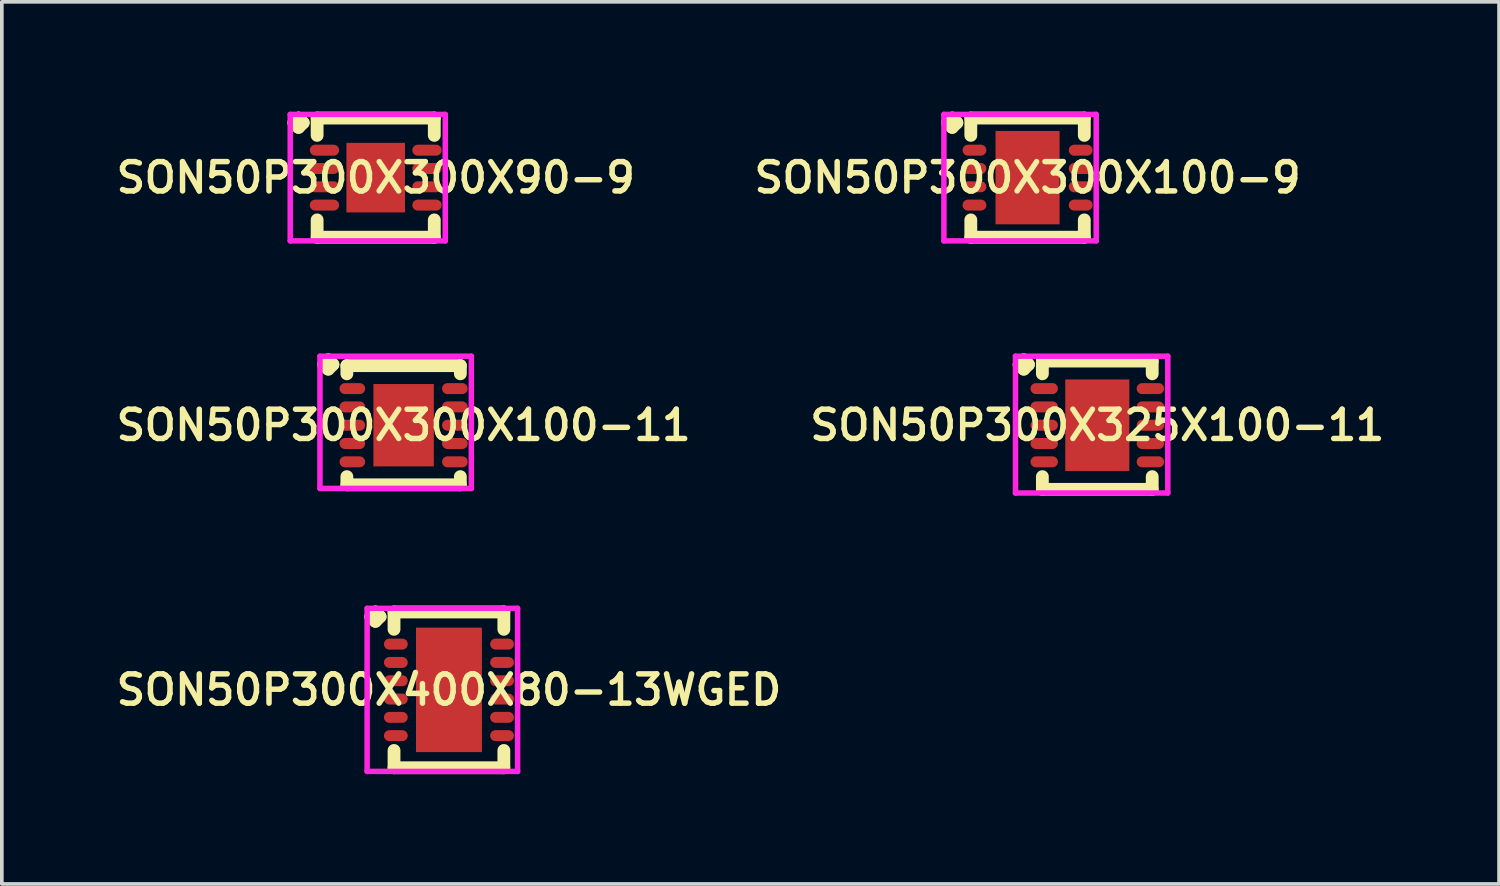
<source format=kicad_pcb>
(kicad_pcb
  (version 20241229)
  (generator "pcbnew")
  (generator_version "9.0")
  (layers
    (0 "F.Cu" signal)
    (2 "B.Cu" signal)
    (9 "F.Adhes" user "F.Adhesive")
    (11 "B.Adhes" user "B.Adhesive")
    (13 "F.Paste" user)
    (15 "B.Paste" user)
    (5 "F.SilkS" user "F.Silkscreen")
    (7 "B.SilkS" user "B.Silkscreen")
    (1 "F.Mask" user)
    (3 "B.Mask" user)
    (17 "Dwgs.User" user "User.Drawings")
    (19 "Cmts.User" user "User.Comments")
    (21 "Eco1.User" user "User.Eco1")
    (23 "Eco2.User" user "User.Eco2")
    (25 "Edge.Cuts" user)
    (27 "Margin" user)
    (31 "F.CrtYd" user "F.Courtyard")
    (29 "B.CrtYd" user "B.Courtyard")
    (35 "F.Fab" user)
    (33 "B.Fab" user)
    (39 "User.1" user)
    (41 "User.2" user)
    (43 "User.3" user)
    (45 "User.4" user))
  (footprint "SON50P300X300X90-9"
    (layer "F.Cu")
    (at 7.212 1.802)
    (property "Reference" "SON50P300X300X90-9" (at 0 0 0) (layer "F.SilkS") (effects (font (size 0.8 0.8) (thickness 0.15))))
    (attr smd)
    (fp_line (start -2.235 -1.5) (end -2.108 -1.627) (stroke (width 0.35) (type solid)) (layer "F.SilkS"))
    (fp_line (start -2.108 -1.627) (end -1.981 -1.5) (stroke (width 0.35) (type solid)) (layer "F.SilkS"))
    (fp_line (start -2.108 -1.373) (end -2.235 -1.5) (stroke (width 0.35) (type solid)) (layer "F.SilkS"))
    (fp_line (start -1.981 -1.5) (end -2.108 -1.373) (stroke (width 0.35) (type solid)) (layer "F.SilkS"))
    (fp_line (start -1.6 -1.627) (end 1.6 -1.627) (stroke (width 0.35) (type solid)) (layer "F.SilkS"))
    (fp_line (start -1.6 -1.154) (end -1.6 -1.627) (stroke (width 0.35) (type solid)) (layer "F.SilkS"))
    (fp_line (start -1.6 1.154) (end -1.6 1.627) (stroke (width 0.35) (type solid)) (layer "F.SilkS"))
    (fp_line (start -1.6 1.627) (end 1.6 1.627) (stroke (width 0.35) (type solid)) (layer "F.SilkS"))
    (fp_line (start 1.6 -1.627) (end 1.6 -1.154) (stroke (width 0.35) (type solid)) (layer "F.SilkS"))
    (fp_line (start 1.6 1.627) (end 1.6 1.154) (stroke (width 0.35) (type solid)) (layer "F.SilkS"))
    (fp_line (start -2.335 -1.727) (end 1.9 -1.727) (stroke (width 0.15) (type solid)) (layer "F.CrtYd"))
    (fp_line (start -2.335 1.727) (end -2.335 -1.727) (stroke (width 0.15) (type solid)) (layer "F.CrtYd"))
    (fp_line (start 1.9 -1.727) (end 1.9 1.727) (stroke (width 0.15) (type solid)) (layer "F.CrtYd"))
    (fp_line (start 1.9 1.727) (end -2.335 1.727) (stroke (width 0.15) (type solid)) (layer "F.CrtYd"))
    (pad "1" smd oval (at -1.4 -0.75) (size 0.8 0.3) (layers "F.Cu" "F.Mask" "F.Paste"))
    (pad "2" smd oval (at -1.4 -0.25) (size 0.8 0.3) (layers "F.Cu" "F.Mask" "F.Paste"))
    (pad "3" smd oval (at -1.4 0.25) (size 0.8 0.3) (layers "F.Cu" "F.Mask" "F.Paste"))
    (pad "4" smd oval (at -1.4 0.75) (size 0.8 0.3) (layers "F.Cu" "F.Mask" "F.Paste"))
    (pad "5" smd oval (at 1.4 0.75) (size 0.8 0.3) (layers "F.Cu" "F.Mask" "F.Paste"))
    (pad "6" smd oval (at 1.4 0.25) (size 0.8 0.3) (layers "F.Cu" "F.Mask" "F.Paste"))
    (pad "7" smd oval (at 1.4 -0.25) (size 0.8 0.3) (layers "F.Cu" "F.Mask" "F.Paste"))
    (pad "8" smd oval (at 1.4 -0.75) (size 0.8 0.3) (layers "F.Cu" "F.Mask" "F.Paste"))
    (pad "9" smd rect (at 0 0) (size 1.6 1.9) (layers "F.Cu" "F.Mask" "F.Paste")))
  (footprint "SON50P300X300X100-9"
    (layer "F.Cu")
    (at 25.016 1.802)
    (property "Reference" "SON50P300X300X100-9" (at 0 0 0) (layer "F.SilkS") (effects (font (size 0.8 0.8) (thickness 0.15))))
    (attr smd)
    (fp_line (start -2.185 -1.5) (end -2.058 -1.627) (stroke (width 0.35) (type solid)) (layer "F.SilkS"))
    (fp_line (start -2.058 -1.627) (end -1.931 -1.5) (stroke (width 0.35) (type solid)) (layer "F.SilkS"))
    (fp_line (start -2.058 -1.373) (end -2.185 -1.5) (stroke (width 0.35) (type solid)) (layer "F.SilkS"))
    (fp_line (start -1.931 -1.5) (end -2.058 -1.373) (stroke (width 0.35) (type solid)) (layer "F.SilkS"))
    (fp_line (start -1.55 -1.627) (end 1.55 -1.627) (stroke (width 0.35) (type solid)) (layer "F.SilkS"))
    (fp_line (start -1.55 -1.154) (end -1.55 -1.627) (stroke (width 0.35) (type solid)) (layer "F.SilkS"))
    (fp_line (start -1.55 1.154) (end -1.55 1.627) (stroke (width 0.35) (type solid)) (layer "F.SilkS"))
    (fp_line (start -1.55 1.627) (end 1.55 1.627) (stroke (width 0.35) (type solid)) (layer "F.SilkS"))
    (fp_line (start 1.55 -1.627) (end 1.55 -1.154) (stroke (width 0.35) (type solid)) (layer "F.SilkS"))
    (fp_line (start 1.55 1.627) (end 1.55 1.154) (stroke (width 0.35) (type solid)) (layer "F.SilkS"))
    (fp_line (start -2.285 -1.727) (end 1.875 -1.727) (stroke (width 0.15) (type solid)) (layer "F.CrtYd"))
    (fp_line (start -2.285 1.727) (end -2.285 -1.727) (stroke (width 0.15) (type solid)) (layer "F.CrtYd"))
    (fp_line (start 1.875 -1.727) (end 1.875 1.727) (stroke (width 0.15) (type solid)) (layer "F.CrtYd"))
    (fp_line (start 1.875 1.727) (end -2.285 1.727) (stroke (width 0.15) (type solid)) (layer "F.CrtYd"))
    (pad "1" smd oval (at -1.45 -0.75) (size 0.65 0.3) (layers "F.Cu" "F.Mask" "F.Paste"))
    (pad "2" smd oval (at -1.45 -0.25) (size 0.65 0.3) (layers "F.Cu" "F.Mask" "F.Paste"))
    (pad "3" smd oval (at -1.45 0.25) (size 0.65 0.3) (layers "F.Cu" "F.Mask" "F.Paste"))
    (pad "4" smd oval (at -1.45 0.75) (size 0.65 0.3) (layers "F.Cu" "F.Mask" "F.Paste"))
    (pad "5" smd oval (at 1.45 0.75) (size 0.65 0.3) (layers "F.Cu" "F.Mask" "F.Paste"))
    (pad "6" smd oval (at 1.45 0.25) (size 0.65 0.3) (layers "F.Cu" "F.Mask" "F.Paste"))
    (pad "7" smd oval (at 1.45 -0.25) (size 0.65 0.3) (layers "F.Cu" "F.Mask" "F.Paste"))
    (pad "8" smd oval (at 1.45 -0.75) (size 0.65 0.3) (layers "F.Cu" "F.Mask" "F.Paste"))
    (pad "9" smd rect (at 0 0) (size 1.75 2.55) (layers "F.Cu" "F.Mask" "F.Paste")))
  (footprint "SON50P300X300X100-11"
    (layer "F.Cu")
    (at 7.974 8.564)
    (property "Reference" "SON50P300X300X100-11" (at 0 0 0) (layer "F.SilkS") (effects (font (size 0.8 0.8) (thickness 0.15))))
    (attr smd)
    (fp_line (start -2.185 -1.658) (end -2.058 -1.785) (stroke (width 0.35) (type solid)) (layer "F.SilkS"))
    (fp_line (start -2.058 -1.785) (end -1.931 -1.658) (stroke (width 0.35) (type solid)) (layer "F.SilkS"))
    (fp_line (start -2.058 -1.531) (end -2.185 -1.658) (stroke (width 0.35) (type solid)) (layer "F.SilkS"))
    (fp_line (start -1.931 -1.658) (end -2.058 -1.531) (stroke (width 0.35) (type solid)) (layer "F.SilkS"))
    (fp_line (start -1.55 -1.627) (end 1.55 -1.627) (stroke (width 0.35) (type solid)) (layer "F.SilkS"))
    (fp_line (start -1.55 -1.404) (end -1.55 -1.627) (stroke (width 0.35) (type solid)) (layer "F.SilkS"))
    (fp_line (start -1.55 1.404) (end -1.55 1.627) (stroke (width 0.35) (type solid)) (layer "F.SilkS"))
    (fp_line (start -1.55 1.627) (end 1.55 1.627) (stroke (width 0.35) (type solid)) (layer "F.SilkS"))
    (fp_line (start 1.55 -1.627) (end 1.55 -1.404) (stroke (width 0.35) (type solid)) (layer "F.SilkS"))
    (fp_line (start 1.55 1.627) (end 1.55 1.404) (stroke (width 0.35) (type solid)) (layer "F.SilkS"))
    (fp_line (start -2.285 -1.885) (end 1.85 -1.885) (stroke (width 0.15) (type solid)) (layer "F.CrtYd"))
    (fp_line (start -2.285 1.727) (end -2.285 -1.885) (stroke (width 0.15) (type solid)) (layer "F.CrtYd"))
    (fp_line (start 1.85 -1.885) (end 1.85 1.727) (stroke (width 0.15) (type solid)) (layer "F.CrtYd"))
    (fp_line (start 1.85 1.727) (end -2.285 1.727) (stroke (width 0.15) (type solid)) (layer "F.CrtYd"))
    (pad "1" smd oval (at -1.4 -1) (size 0.7 0.3) (layers "F.Cu" "F.Mask" "F.Paste"))
    (pad "2" smd oval (at -1.4 -0.5) (size 0.7 0.3) (layers "F.Cu" "F.Mask" "F.Paste"))
    (pad "3" smd oval (at -1.4 0) (size 0.7 0.3) (layers "F.Cu" "F.Mask" "F.Paste"))
    (pad "4" smd oval (at -1.4 0.5) (size 0.7 0.3) (layers "F.Cu" "F.Mask" "F.Paste"))
    (pad "5" smd oval (at -1.4 1) (size 0.7 0.3) (layers "F.Cu" "F.Mask" "F.Paste"))
    (pad "6" smd oval (at 1.4 1) (size 0.7 0.3) (layers "F.Cu" "F.Mask" "F.Paste"))
    (pad "7" smd oval (at 1.4 0.5) (size 0.7 0.3) (layers "F.Cu" "F.Mask" "F.Paste"))
    (pad "8" smd oval (at 1.4 0) (size 0.7 0.3) (layers "F.Cu" "F.Mask" "F.Paste"))
    (pad "9" smd oval (at 1.4 -0.5) (size 0.7 0.3) (layers "F.Cu" "F.Mask" "F.Paste"))
    (pad "10" smd oval (at 1.4 -1) (size 0.7 0.3) (layers "F.Cu" "F.Mask" "F.Paste"))
    (pad "11" smd rect (at 0 0) (size 1.65 2.25) (layers "F.Cu" "F.Mask" "F.Paste")))
  (footprint "SON50P300X400X80-13WGED"
    (layer "F.Cu")
    (at 9.212 15.793)
    (property "Reference" "SON50P300X400X80-13WGED" (at 0 0 0) (layer "F.SilkS") (effects (font (size 0.8 0.8) (thickness 0.15))))
    (attr smd)
    (fp_line (start -2.135 -2) (end -2.008 -2.127) (stroke (width 0.35) (type solid)) (layer "F.SilkS"))
    (fp_line (start -2.008 -2.127) (end -1.881 -2) (stroke (width 0.35) (type solid)) (layer "F.SilkS"))
    (fp_line (start -2.008 -1.873) (end -2.135 -2) (stroke (width 0.35) (type solid)) (layer "F.SilkS"))
    (fp_line (start -1.881 -2) (end -2.008 -1.873) (stroke (width 0.35) (type solid)) (layer "F.SilkS"))
    (fp_line (start -1.5 -2.127) (end 1.5 -2.127) (stroke (width 0.35) (type solid)) (layer "F.SilkS"))
    (fp_line (start -1.5 -1.654) (end -1.5 -2.127) (stroke (width 0.35) (type solid)) (layer "F.SilkS"))
    (fp_line (start -1.5 1.654) (end -1.5 2.127) (stroke (width 0.35) (type solid)) (layer "F.SilkS"))
    (fp_line (start -1.5 2.127) (end 1.5 2.127) (stroke (width 0.35) (type solid)) (layer "F.SilkS"))
    (fp_line (start 1.5 -2.127) (end 1.5 -1.654) (stroke (width 0.35) (type solid)) (layer "F.SilkS"))
    (fp_line (start 1.5 2.127) (end 1.5 1.654) (stroke (width 0.35) (type solid)) (layer "F.SilkS"))
    (fp_line (start -2.235 -2.227) (end 1.875 -2.227) (stroke (width 0.15) (type solid)) (layer "F.CrtYd"))
    (fp_line (start -2.235 2.227) (end -2.235 -2.227) (stroke (width 0.15) (type solid)) (layer "F.CrtYd"))
    (fp_line (start 1.875 -2.227) (end 1.875 2.227) (stroke (width 0.15) (type solid)) (layer "F.CrtYd"))
    (fp_line (start 1.875 2.227) (end -2.235 2.227) (stroke (width 0.15) (type solid)) (layer "F.CrtYd"))
    (pad "1" smd oval (at -1.45 -1.25) (size 0.65 0.3) (layers "F.Cu" "F.Mask" "F.Paste"))
    (pad "2" smd oval (at -1.45 -0.75) (size 0.65 0.3) (layers "F.Cu" "F.Mask" "F.Paste"))
    (pad "3" smd oval (at -1.45 -0.25) (size 0.65 0.3) (layers "F.Cu" "F.Mask" "F.Paste"))
    (pad "4" smd oval (at -1.45 0.25) (size 0.65 0.3) (layers "F.Cu" "F.Mask" "F.Paste"))
    (pad "5" smd oval (at -1.45 0.75) (size 0.65 0.3) (layers "F.Cu" "F.Mask" "F.Paste"))
    (pad "6" smd oval (at -1.45 1.25) (size 0.65 0.3) (layers "F.Cu" "F.Mask" "F.Paste"))
    (pad "7" smd oval (at 1.45 1.25) (size 0.65 0.3) (layers "F.Cu" "F.Mask" "F.Paste"))
    (pad "8" smd oval (at 1.45 0.75) (size 0.65 0.3) (layers "F.Cu" "F.Mask" "F.Paste"))
    (pad "9" smd oval (at 1.45 0.25) (size 0.65 0.3) (layers "F.Cu" "F.Mask" "F.Paste"))
    (pad "10" smd oval (at 1.45 -0.25) (size 0.65 0.3) (layers "F.Cu" "F.Mask" "F.Paste"))
    (pad "11" smd oval (at 1.45 -0.75) (size 0.65 0.3) (layers "F.Cu" "F.Mask" "F.Paste"))
    (pad "12" smd oval (at 1.45 -1.25) (size 0.65 0.3) (layers "F.Cu" "F.Mask" "F.Paste"))
    (pad "13" smd rect (at 0 0) (size 1.8 3.4) (layers "F.Cu" "F.Mask" "F.Paste")))
  (footprint "SON50P300X325X100-11"
    (layer "F.Cu")
    (at 26.921 8.564)
    (property "Reference" "SON50P300X325X100-11" (at 0 0 0) (layer "F.SilkS") (effects (font (size 0.8 0.8) (thickness 0.15))))
    (attr smd)
    (fp_line (start -2.135 -1.658) (end -2.008 -1.785) (stroke (width 0.35) (type solid)) (layer "F.SilkS"))
    (fp_line (start -2.008 -1.785) (end -1.881 -1.658) (stroke (width 0.35) (type solid)) (layer "F.SilkS"))
    (fp_line (start -2.008 -1.531) (end -2.135 -1.658) (stroke (width 0.35) (type solid)) (layer "F.SilkS"))
    (fp_line (start -1.881 -1.658) (end -2.008 -1.531) (stroke (width 0.35) (type solid)) (layer "F.SilkS"))
    (fp_line (start -1.5 -1.752) (end 1.5 -1.752) (stroke (width 0.35) (type solid)) (layer "F.SilkS"))
    (fp_line (start -1.5 -1.404) (end -1.5 -1.752) (stroke (width 0.35) (type solid)) (layer "F.SilkS"))
    (fp_line (start -1.5 1.404) (end -1.5 1.752) (stroke (width 0.35) (type solid)) (layer "F.SilkS"))
    (fp_line (start -1.5 1.752) (end 1.5 1.752) (stroke (width 0.35) (type solid)) (layer "F.SilkS"))
    (fp_line (start 1.5 -1.752) (end 1.5 -1.404) (stroke (width 0.35) (type solid)) (layer "F.SilkS"))
    (fp_line (start 1.5 1.752) (end 1.5 1.404) (stroke (width 0.35) (type solid)) (layer "F.SilkS"))
    (fp_line (start -2.235 -1.885) (end 1.925 -1.885) (stroke (width 0.15) (type solid)) (layer "F.CrtYd"))
    (fp_line (start -2.235 1.852) (end -2.235 -1.885) (stroke (width 0.15) (type solid)) (layer "F.CrtYd"))
    (fp_line (start 1.925 -1.885) (end 1.925 1.852) (stroke (width 0.15) (type solid)) (layer "F.CrtYd"))
    (fp_line (start 1.925 1.852) (end -2.235 1.852) (stroke (width 0.15) (type solid)) (layer "F.CrtYd"))
    (pad "1" smd oval (at -1.45 -1) (size 0.75 0.3) (layers "F.Cu" "F.Mask" "F.Paste"))
    (pad "2" smd oval (at -1.45 -0.5) (size 0.75 0.3) (layers "F.Cu" "F.Mask" "F.Paste"))
    (pad "3" smd oval (at -1.45 0) (size 0.75 0.3) (layers "F.Cu" "F.Mask" "F.Paste"))
    (pad "4" smd oval (at -1.45 0.5) (size 0.75 0.3) (layers "F.Cu" "F.Mask" "F.Paste"))
    (pad "5" smd oval (at -1.45 1) (size 0.75 0.3) (layers "F.Cu" "F.Mask" "F.Paste"))
    (pad "6" smd oval (at 1.45 1) (size 0.75 0.3) (layers "F.Cu" "F.Mask" "F.Paste"))
    (pad "7" smd oval (at 1.45 0.5) (size 0.75 0.3) (layers "F.Cu" "F.Mask" "F.Paste"))
    (pad "8" smd oval (at 1.45 0) (size 0.75 0.3) (layers "F.Cu" "F.Mask" "F.Paste"))
    (pad "9" smd oval (at 1.45 -0.5) (size 0.75 0.3) (layers "F.Cu" "F.Mask" "F.Paste"))
    (pad "10" smd oval (at 1.45 -1) (size 0.75 0.3) (layers "F.Cu" "F.Mask" "F.Paste"))
    (pad "11" smd rect (at 0 0) (size 1.75 2.5) (layers "F.Cu" "F.Mask" "F.Paste")))
  (gr_rect
    (start -3 -3)
    (end 37.894 21.095)
    (stroke (width 0.1) (type default))
    (fill no)
    (layer "Edge.Cuts")))
</source>
